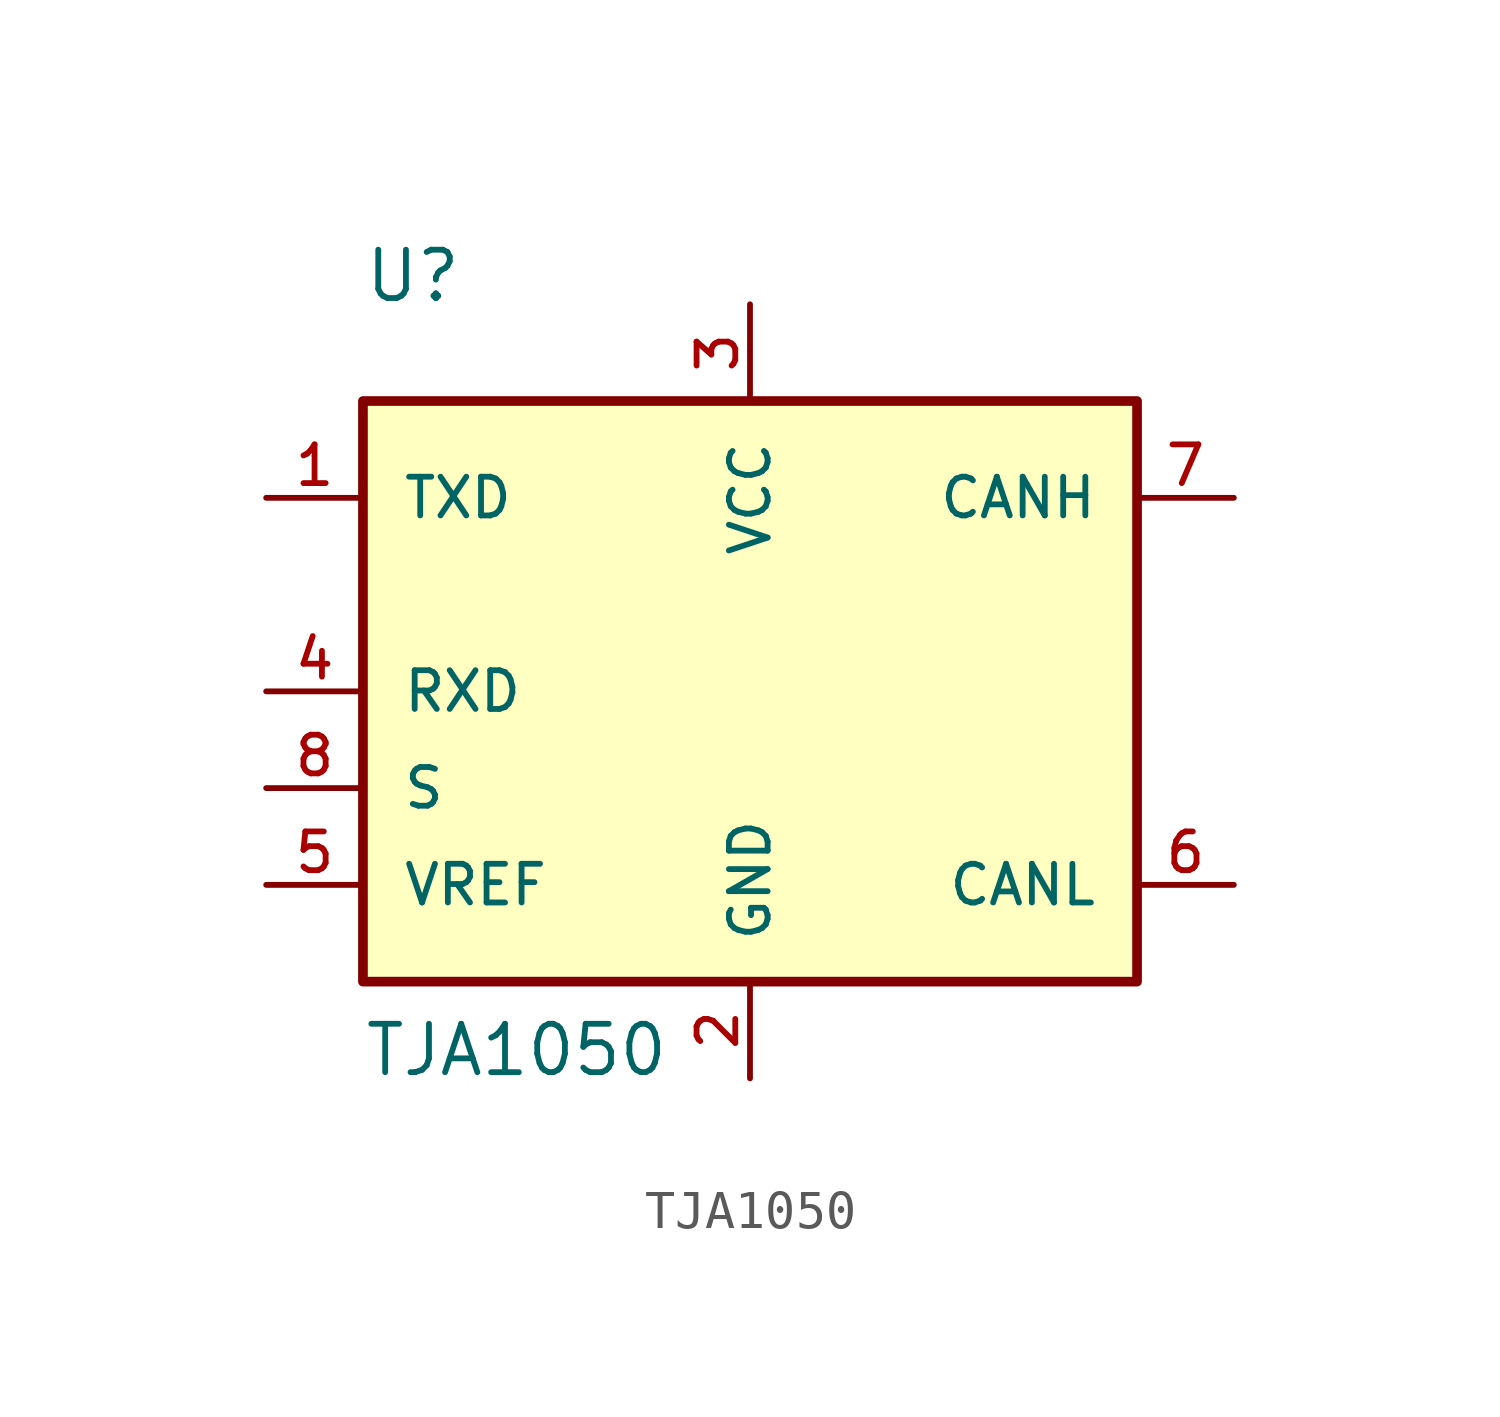
<source format=kicad_sym>
(kicad_symbol_lib
  (version 20211014)
  (generator kicad_symbol_editor)
  (symbol "TJA1050"
    (pin_names
      (offset 1.016))
    (property "Reference" "U"
      (at -10.16 10.16 0)
      (effects (font (size 1.27 1.27)) (justify bottom left)))
    (property "Value" "TJA1050"
      (at -10.16 -10.16 0)
      (effects (font (size 1.27 1.27)) (justify bottom left)))
    (symbol "TJA1050_0_0"
      (rectangle (start -10.16 -7.62) (end 10.16 7.62) (stroke (width 0.254)) (fill (type background)))
      (pin output line (at -12.7 5.08 0) (length 2.54) (name "TXD" (effects (font (size 1.016 1.016)))) (number "1" (effects (font (size 1.016 1.016)))))
      (pin power_in line (at -12.7 -2.54 0) (length 2.54) (name "S" (effects (font (size 1.016 1.016)))) (number "8" (effects (font (size 1.016 1.016)))))
      (pin bidirectional line (at -12.7 0.0 0) (length 2.54) (name "RXD" (effects (font (size 1.016 1.016)))) (number "4" (effects (font (size 1.016 1.016)))))
      (pin bidirectional line (at 0.0 -10.16 90.0) (length 2.54) (name "GND" (effects (font (size 1.016 1.016)))) (number "2" (effects (font (size 1.016 1.016)))))
      (pin bidirectional line (at 0.0 10.16 270.0) (length 2.54) (name "VCC" (effects (font (size 1.016 1.016)))) (number "3" (effects (font (size 1.016 1.016)))))
      (pin bidirectional line (at 12.7 5.08 180.0) (length 2.54) (name "CANH" (effects (font (size 1.016 1.016)))) (number "7" (effects (font (size 1.016 1.016)))))
      (pin bidirectional line (at 12.7 -5.08 180.0) (length 2.54) (name "CANL" (effects (font (size 1.016 1.016)))) (number "6" (effects (font (size 1.016 1.016)))))
      (pin passive line (at -12.7 -5.08 0) (length 2.54) (name "VREF" (effects (font (size 1.016 1.016)))) (number "5" (effects (font (size 1.016 1.016))))))))
</source>
